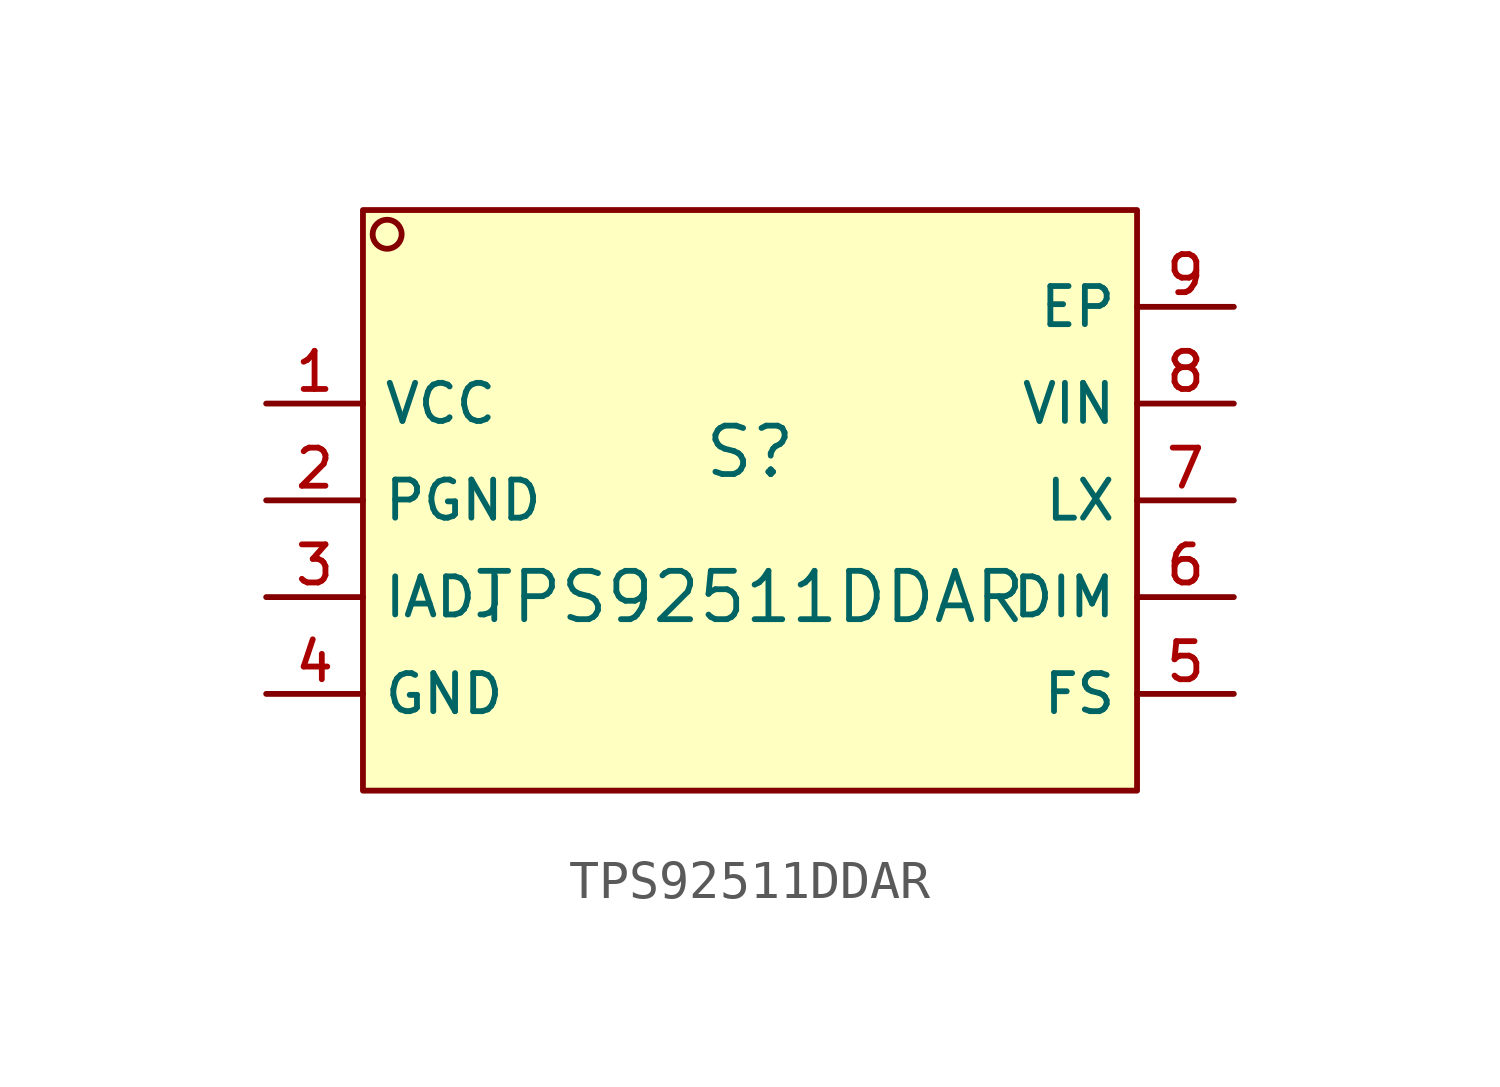
<source format=kicad_sym>
(kicad_symbol_lib
  (version 20210201)
  (generator TousstNicolas/JLC2KiCad_lib)
  (symbol "TPS92511DDAR"
    (property "Reference" "S"
      (at 0 1.27 0)
      (effects (font (size 1.27 1.27))))
    (property "Value" "TPS92511DDAR"
      (at 0 -2.54 0)
      (effects (font (size 1.27 1.27))))
    (symbol "TPS92511DDAR_0_1"
      (rectangle (start -10.16 7.62) (end 10.16 -7.62) (stroke (width 0) (type default) (color 0 0 0 0)) (fill (type background)))
      (circle (center -9.525 6.985) (radius 0.381) (stroke (width 0) (type default) (color 0 0 0 0)) (fill (type background)))
      (pin unspecified line (at -12.7 2.54 0) (length 2.54) (name "VCC" (effects (font (size 1 1)))) (number "1" (effects (font (size 1 1)))))
      (pin unspecified line (at -12.7 -0.0 0) (length 2.54) (name "PGND" (effects (font (size 1 1)))) (number "2" (effects (font (size 1 1)))))
      (pin unspecified line (at -12.7 -2.54 0) (length 2.54) (name "IADJ" (effects (font (size 1 1)))) (number "3" (effects (font (size 1 1)))))
      (pin unspecified line (at -12.7 -5.08 0) (length 2.54) (name "GND" (effects (font (size 1 1)))) (number "4" (effects (font (size 1 1)))))
      (pin unspecified line (at 12.7 -5.08 180) (length 2.54) (name "FS" (effects (font (size 1 1)))) (number "5" (effects (font (size 1 1)))))
      (pin unspecified line (at 12.7 -2.54 180) (length 2.54) (name "DIM" (effects (font (size 1 1)))) (number "6" (effects (font (size 1 1)))))
      (pin unspecified line (at 12.7 -0.0 180) (length 2.54) (name "LX" (effects (font (size 1 1)))) (number "7" (effects (font (size 1 1)))))
      (pin unspecified line (at 12.7 2.54 180) (length 2.54) (name "VIN" (effects (font (size 1 1)))) (number "8" (effects (font (size 1 1)))))
      (pin unspecified line (at 12.7 5.08 180) (length 2.54) (name "EP" (effects (font (size 1 1)))) (number "9" (effects (font (size 1 1))))))))
</source>
